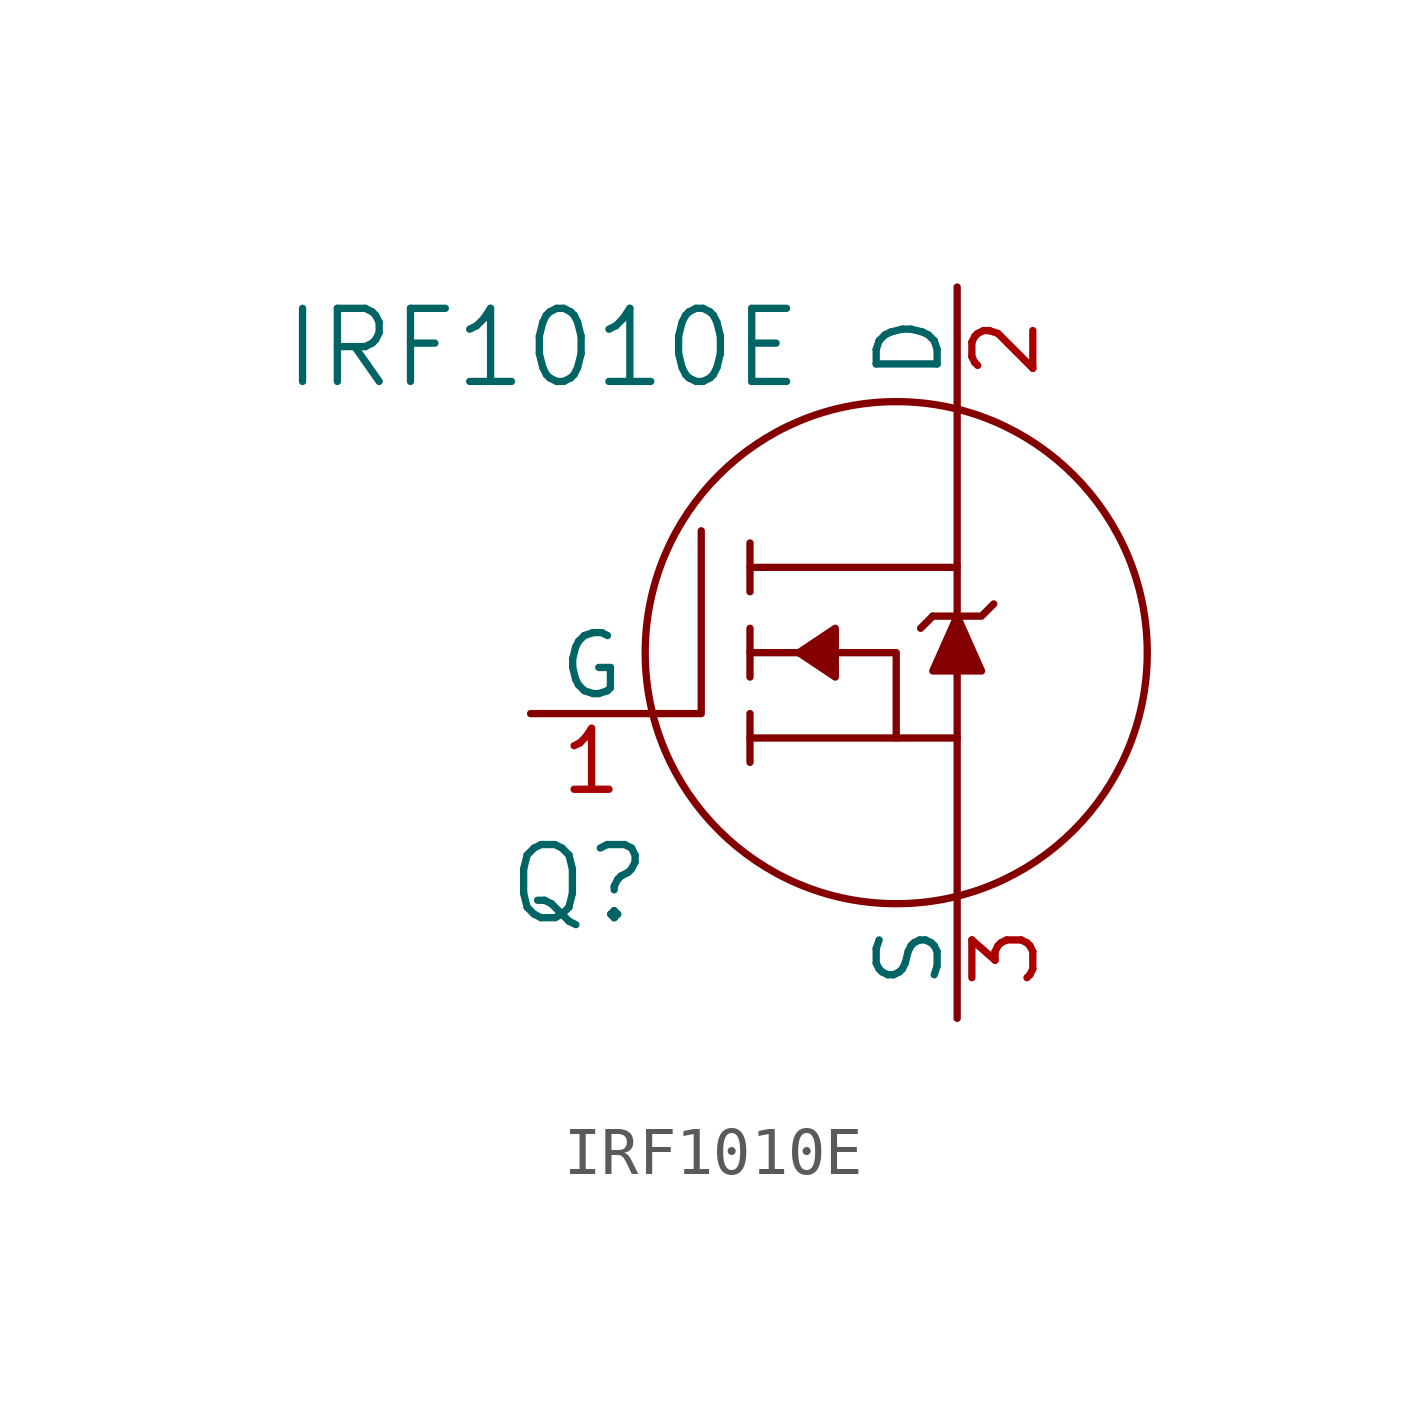
<source format=kicad_sym>
(kicad_symbol_lib
  (version 20241209)
  (generator "kicad_symbol_editor")
  (generator_version "9.0")
  (symbol "IRF1010E"
    (pin_names
      (offset 0))
    (property "Reference" "Q"
      (at -6.604 -4.826 0)
      (effects (font (size 1.524 1.524))))
    (property "Value" "IRF1010E"
      (at -7.366 6.35 0)
      (effects (font (size 1.524 1.524))))
    (symbol "IRF1010E_0_1"
      (polyline (pts (xy -5.08 -1.27) (xy -4.064 -1.27) (xy -4.064 2.54)) (stroke (width 0) (type solid)) (fill (type none)))
      (polyline (pts (xy -3.048 1.778) (xy 1.27 1.778)) (stroke (width 0) (type solid)) (fill (type none)))
      (polyline (pts (xy -3.048 1.27) (xy -3.048 2.286)) (stroke (width 0) (type solid)) (fill (type none)))
      (polyline (pts (xy -3.048 0.508) (xy -3.048 -0.508)) (stroke (width 0) (type solid)) (fill (type none)))
      (polyline (pts (xy -3.048 0) (xy 0 0) (xy 0 -1.778)) (stroke (width 0) (type solid)) (fill (type none)))
      (polyline (pts (xy -3.048 -1.27) (xy -3.048 -2.286)) (stroke (width 0) (type solid)) (fill (type none)))
      (polyline (pts (xy -3.048 -1.778) (xy 1.27 -1.778)) (stroke (width 0) (type solid)) (fill (type none)))
      (polyline (pts (xy -2.032 0) (xy -1.27 0.508) (xy -1.27 -0.508) (xy -2.032 0)) (stroke (width 0) (type solid)) (fill (type outline)))
      (circle (center 0 0) (radius 5.232) (stroke (width 0) (type solid)) (fill (type none)))
      (polyline (pts (xy 0.762 0.762) (xy 0.508 0.508)) (stroke (width 0) (type solid)) (fill (type none)))
      (polyline (pts (xy 0.762 0.762) (xy 1.778 0.762) (xy 2.032 1.016)) (stroke (width 0) (type solid)) (fill (type none)))
      (polyline (pts (xy 1.27 5.08) (xy 1.27 -5.08)) (stroke (width 0) (type solid)) (fill (type none)))
      (polyline (pts (xy 1.27 0.762) (xy 0.762 -0.381) (xy 1.778 -0.381) (xy 1.27 0.762)) (stroke (width 0) (type solid)) (fill (type outline))))
    (symbol "IRF1010E_1_1"
      (pin passive line (at -7.62 -1.27 0) (length 2.54) (name "G" (effects (font (size 1.27 1.27)))) (number "1" (effects (font (size 1.27 1.27)))))
      (pin passive line (at 1.27 7.62 270) (length 2.54) (name "D" (effects (font (size 1.27 1.27)))) (number "2" (effects (font (size 1.27 1.27)))))
      (pin passive line (at 1.27 -7.62 90) (length 2.54) (name "S" (effects (font (size 1.27 1.27)))) (number "3" (effects (font (size 1.27 1.27))))))))
</source>
